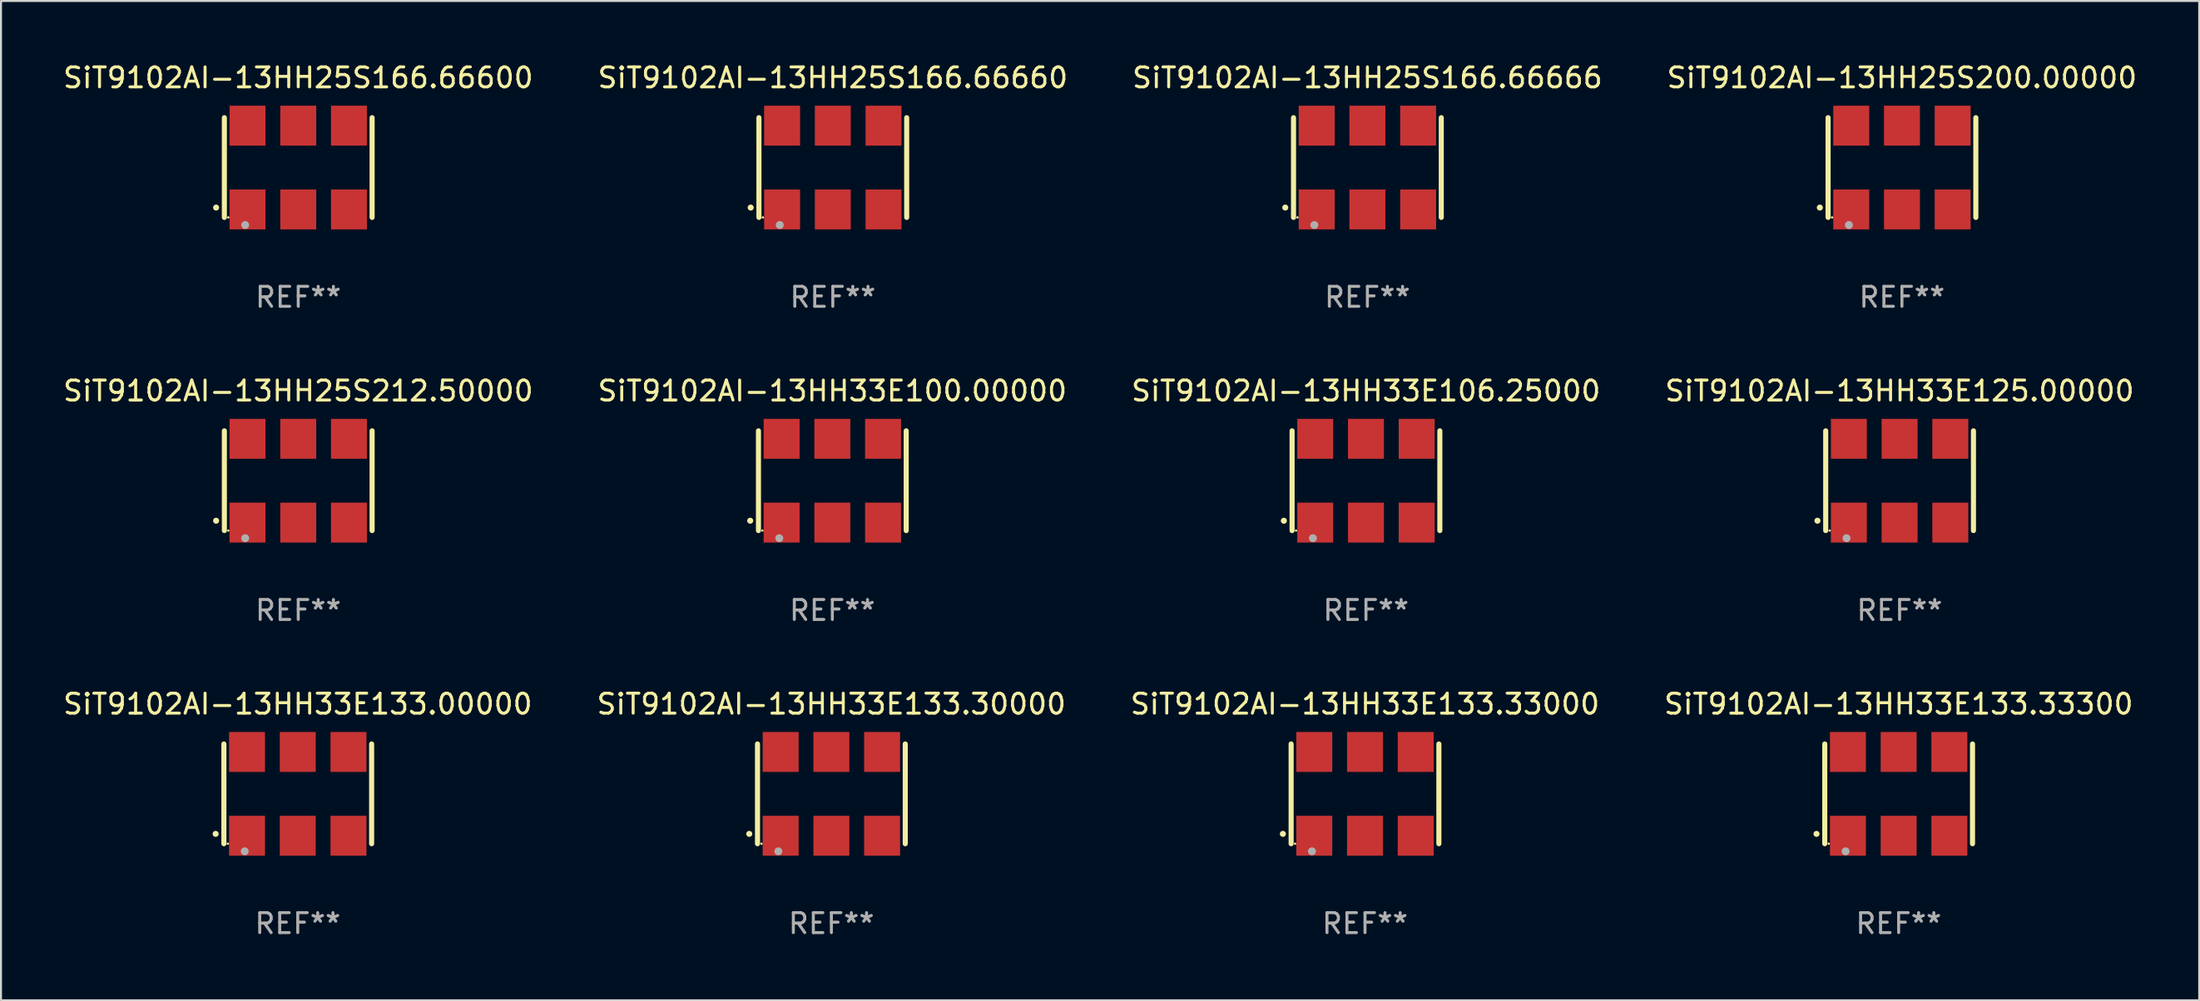
<source format=kicad_pcb>
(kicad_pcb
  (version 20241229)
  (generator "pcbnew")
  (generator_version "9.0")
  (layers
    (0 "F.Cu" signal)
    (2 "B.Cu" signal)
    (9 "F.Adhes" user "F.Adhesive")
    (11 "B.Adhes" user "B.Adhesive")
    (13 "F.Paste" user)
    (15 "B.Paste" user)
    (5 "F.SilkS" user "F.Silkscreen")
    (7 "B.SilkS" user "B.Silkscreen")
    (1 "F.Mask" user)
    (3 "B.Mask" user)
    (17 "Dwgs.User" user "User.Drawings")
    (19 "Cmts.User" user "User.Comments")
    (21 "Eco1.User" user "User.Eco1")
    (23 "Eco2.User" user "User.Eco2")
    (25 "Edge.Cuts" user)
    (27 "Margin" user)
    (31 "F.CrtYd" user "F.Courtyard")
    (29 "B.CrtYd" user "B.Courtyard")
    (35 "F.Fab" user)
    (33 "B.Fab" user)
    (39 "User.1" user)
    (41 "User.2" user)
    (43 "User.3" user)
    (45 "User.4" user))
  (footprint "SiT9102AI-13HH33E106.25000"
    (layer "F.Cu")
    (at 65.363 21.045)
    (property "Reference" "SiT9102AI-13HH33E106.25000" (at 0 -4.5 0) (layer "F.SilkS") (effects (font (size 1 1) (thickness 0.15))))
    (attr through_hole)
    (fp_line (start -3.7 -2.5) (end -3.7 2.5) (stroke (width 0.254) (type solid)) (layer "F.SilkS"))
    (fp_line (start 3.7 -2.5) (end 3.7 2.5) (stroke (width 0.254) (type solid)) (layer "F.SilkS"))
    (fp_arc (start -4.114415 2.006604) (mid -4.113145 2.006599) (end -4.111875 2.006604) (stroke (width 0.3) (type solid)) (layer "F.SilkS"))
    (fp_circle (center -3.502 2.5) (end -3.472 2.5) (stroke (width 0.06) (type solid)) (fill no) (layer "F.SilkS"))
    (fp_circle (center -2.657 2.882) (end -2.557 2.882) (stroke (width 0.2) (type solid)) (fill no) (layer "F.Fab"))
    (fp_text user "REF**" (at 0 6.5 0) (layer "F.Fab") (effects (font (size 1 1) (thickness 0.15))))
    (pad "1" smd rect (at -2.54 2.1) (size 1.8 2) (layers "F.Cu" "F.Mask" "F.Paste"))
    (pad "2" smd rect (at 0.000394 2.1) (size 1.8 2) (layers "F.Cu" "F.Mask" "F.Paste"))
    (pad "3" smd rect (at 2.54 2.1) (size 1.8 2) (layers "F.Cu" "F.Mask" "F.Paste"))
    (pad "4" smd rect (at 2.54 -2.1) (size 1.8 2) (layers "F.Cu" "F.Mask" "F.Paste"))
    (pad "5" smd rect (at 0.000394 -2.1) (size 1.8 2) (layers "F.Cu" "F.Mask" "F.Paste"))
    (pad "6" smd rect (at -2.54 -2.1) (size 1.8 2) (layers "F.Cu" "F.Mask" "F.Paste")))
  (footprint "SiT9102AI-13HH33E125.00000"
    (layer "F.Cu")
    (at 92.089 21.045)
    (property "Reference" "SiT9102AI-13HH33E125.00000" (at 0 -4.5 0) (layer "F.SilkS") (effects (font (size 1 1) (thickness 0.15))))
    (attr through_hole)
    (fp_line (start -3.7 -2.5) (end -3.7 2.5) (stroke (width 0.254) (type solid)) (layer "F.SilkS"))
    (fp_line (start 3.7 -2.5) (end 3.7 2.5) (stroke (width 0.254) (type solid)) (layer "F.SilkS"))
    (fp_arc (start -4.114415 2.006604) (mid -4.113145 2.006599) (end -4.111875 2.006604) (stroke (width 0.3) (type solid)) (layer "F.SilkS"))
    (fp_circle (center -3.502 2.5) (end -3.472 2.5) (stroke (width 0.06) (type solid)) (fill no) (layer "F.SilkS"))
    (fp_circle (center -2.657 2.882) (end -2.557 2.882) (stroke (width 0.2) (type solid)) (fill no) (layer "F.Fab"))
    (fp_text user "REF**" (at 0 6.5 0) (layer "F.Fab") (effects (font (size 1 1) (thickness 0.15))))
    (pad "1" smd rect (at -2.54 2.1) (size 1.8 2) (layers "F.Cu" "F.Mask" "F.Paste"))
    (pad "2" smd rect (at 0.000394 2.1) (size 1.8 2) (layers "F.Cu" "F.Mask" "F.Paste"))
    (pad "3" smd rect (at 2.54 2.1) (size 1.8 2) (layers "F.Cu" "F.Mask" "F.Paste"))
    (pad "4" smd rect (at 2.54 -2.1) (size 1.8 2) (layers "F.Cu" "F.Mask" "F.Paste"))
    (pad "5" smd rect (at 0.000394 -2.1) (size 1.8 2) (layers "F.Cu" "F.Mask" "F.Paste"))
    (pad "6" smd rect (at -2.54 -2.1) (size 1.8 2) (layers "F.Cu" "F.Mask" "F.Paste")))
  (footprint "SiT9102AI-13HH25S166.66660"
    (layer "F.Cu")
    (at 38.661 5.348)
    (property "Reference" "SiT9102AI-13HH25S166.66660" (at 0 -4.5 0) (layer "F.SilkS") (effects (font (size 1 1) (thickness 0.15))))
    (attr through_hole)
    (fp_line (start -3.7 -2.5) (end -3.7 2.5) (stroke (width 0.254) (type solid)) (layer "F.SilkS"))
    (fp_line (start 3.7 -2.5) (end 3.7 2.5) (stroke (width 0.254) (type solid)) (layer "F.SilkS"))
    (fp_arc (start -4.114415 2.006604) (mid -4.113145 2.006599) (end -4.111875 2.006604) (stroke (width 0.3) (type solid)) (layer "F.SilkS"))
    (fp_circle (center -3.502 2.5) (end -3.472 2.5) (stroke (width 0.06) (type solid)) (fill no) (layer "F.SilkS"))
    (fp_circle (center -2.657 2.882) (end -2.557 2.882) (stroke (width 0.2) (type solid)) (fill no) (layer "F.Fab"))
    (fp_text user "REF**" (at 0 6.5 0) (layer "F.Fab") (effects (font (size 1 1) (thickness 0.15))))
    (pad "1" smd rect (at -2.54 2.1) (size 1.8 2) (layers "F.Cu" "F.Mask" "F.Paste"))
    (pad "2" smd rect (at 0.000394 2.1) (size 1.8 2) (layers "F.Cu" "F.Mask" "F.Paste"))
    (pad "3" smd rect (at 2.54 2.1) (size 1.8 2) (layers "F.Cu" "F.Mask" "F.Paste"))
    (pad "4" smd rect (at 2.54 -2.1) (size 1.8 2) (layers "F.Cu" "F.Mask" "F.Paste"))
    (pad "5" smd rect (at 0.000394 -2.1) (size 1.8 2) (layers "F.Cu" "F.Mask" "F.Paste"))
    (pad "6" smd rect (at -2.54 -2.1) (size 1.8 2) (layers "F.Cu" "F.Mask" "F.Paste")))
  (footprint "SiT9102AI-13HH33E133.00000"
    (layer "F.Cu")
    (at 11.863 36.741)
    (property "Reference" "SiT9102AI-13HH33E133.00000" (at 0 -4.5 0) (layer "F.SilkS") (effects (font (size 1 1) (thickness 0.15))))
    (attr through_hole)
    (fp_line (start -3.7 -2.5) (end -3.7 2.5) (stroke (width 0.254) (type solid)) (layer "F.SilkS"))
    (fp_line (start 3.7 -2.5) (end 3.7 2.5) (stroke (width 0.254) (type solid)) (layer "F.SilkS"))
    (fp_arc (start -4.114415 2.006604) (mid -4.113145 2.006599) (end -4.111875 2.006604) (stroke (width 0.3) (type solid)) (layer "F.SilkS"))
    (fp_circle (center -3.502 2.5) (end -3.472 2.5) (stroke (width 0.06) (type solid)) (fill no) (layer "F.SilkS"))
    (fp_circle (center -2.657 2.882) (end -2.557 2.882) (stroke (width 0.2) (type solid)) (fill no) (layer "F.Fab"))
    (fp_text user "REF**" (at 0 6.5 0) (layer "F.Fab") (effects (font (size 1 1) (thickness 0.15))))
    (pad "1" smd rect (at -2.54 2.1) (size 1.8 2) (layers "F.Cu" "F.Mask" "F.Paste"))
    (pad "2" smd rect (at 0.000394 2.1) (size 1.8 2) (layers "F.Cu" "F.Mask" "F.Paste"))
    (pad "3" smd rect (at 2.54 2.1) (size 1.8 2) (layers "F.Cu" "F.Mask" "F.Paste"))
    (pad "4" smd rect (at 2.54 -2.1) (size 1.8 2) (layers "F.Cu" "F.Mask" "F.Paste"))
    (pad "5" smd rect (at 0.000394 -2.1) (size 1.8 2) (layers "F.Cu" "F.Mask" "F.Paste"))
    (pad "6" smd rect (at -2.54 -2.1) (size 1.8 2) (layers "F.Cu" "F.Mask" "F.Paste")))
  (footprint "SiT9102AI-13HH33E100.00000"
    (layer "F.Cu")
    (at 38.637 21.045)
    (property "Reference" "SiT9102AI-13HH33E100.00000" (at 0 -4.5 0) (layer "F.SilkS") (effects (font (size 1 1) (thickness 0.15))))
    (attr through_hole)
    (fp_line (start -3.7 -2.5) (end -3.7 2.5) (stroke (width 0.254) (type solid)) (layer "F.SilkS"))
    (fp_line (start 3.7 -2.5) (end 3.7 2.5) (stroke (width 0.254) (type solid)) (layer "F.SilkS"))
    (fp_arc (start -4.114415 2.006604) (mid -4.113145 2.006599) (end -4.111875 2.006604) (stroke (width 0.3) (type solid)) (layer "F.SilkS"))
    (fp_circle (center -3.502 2.5) (end -3.472 2.5) (stroke (width 0.06) (type solid)) (fill no) (layer "F.SilkS"))
    (fp_circle (center -2.657 2.882) (end -2.557 2.882) (stroke (width 0.2) (type solid)) (fill no) (layer "F.Fab"))
    (fp_text user "REF**" (at 0 6.5 0) (layer "F.Fab") (effects (font (size 1 1) (thickness 0.15))))
    (pad "1" smd rect (at -2.54 2.1) (size 1.8 2) (layers "F.Cu" "F.Mask" "F.Paste"))
    (pad "2" smd rect (at 0.000394 2.1) (size 1.8 2) (layers "F.Cu" "F.Mask" "F.Paste"))
    (pad "3" smd rect (at 2.54 2.1) (size 1.8 2) (layers "F.Cu" "F.Mask" "F.Paste"))
    (pad "4" smd rect (at 2.54 -2.1) (size 1.8 2) (layers "F.Cu" "F.Mask" "F.Paste"))
    (pad "5" smd rect (at 0.000394 -2.1) (size 1.8 2) (layers "F.Cu" "F.Mask" "F.Paste"))
    (pad "6" smd rect (at -2.54 -2.1) (size 1.8 2) (layers "F.Cu" "F.Mask" "F.Paste")))
  (footprint "SiT9102AI-13HH33E133.33300"
    (layer "F.Cu")
    (at 92.042 36.741)
    (property "Reference" "SiT9102AI-13HH33E133.33300" (at 0 -4.5 0) (layer "F.SilkS") (effects (font (size 1 1) (thickness 0.15))))
    (attr through_hole)
    (fp_line (start -3.7 -2.5) (end -3.7 2.5) (stroke (width 0.254) (type solid)) (layer "F.SilkS"))
    (fp_line (start 3.7 -2.5) (end 3.7 2.5) (stroke (width 0.254) (type solid)) (layer "F.SilkS"))
    (fp_arc (start -4.114415 2.006604) (mid -4.113145 2.006599) (end -4.111875 2.006604) (stroke (width 0.3) (type solid)) (layer "F.SilkS"))
    (fp_circle (center -3.502 2.5) (end -3.472 2.5) (stroke (width 0.06) (type solid)) (fill no) (layer "F.SilkS"))
    (fp_circle (center -2.657 2.882) (end -2.557 2.882) (stroke (width 0.2) (type solid)) (fill no) (layer "F.Fab"))
    (fp_text user "REF**" (at 0 6.5 0) (layer "F.Fab") (effects (font (size 1 1) (thickness 0.15))))
    (pad "1" smd rect (at -2.54 2.1) (size 1.8 2) (layers "F.Cu" "F.Mask" "F.Paste"))
    (pad "2" smd rect (at 0.000394 2.1) (size 1.8 2) (layers "F.Cu" "F.Mask" "F.Paste"))
    (pad "3" smd rect (at 2.54 2.1) (size 1.8 2) (layers "F.Cu" "F.Mask" "F.Paste"))
    (pad "4" smd rect (at 2.54 -2.1) (size 1.8 2) (layers "F.Cu" "F.Mask" "F.Paste"))
    (pad "5" smd rect (at 0.000394 -2.1) (size 1.8 2) (layers "F.Cu" "F.Mask" "F.Paste"))
    (pad "6" smd rect (at -2.54 -2.1) (size 1.8 2) (layers "F.Cu" "F.Mask" "F.Paste")))
  (footprint "SiT9102AI-13HH25S200.00000"
    (layer "F.Cu")
    (at 92.208 5.348)
    (property "Reference" "SiT9102AI-13HH25S200.00000" (at 0 -4.5 0) (layer "F.SilkS") (effects (font (size 1 1) (thickness 0.15))))
    (attr through_hole)
    (fp_line (start -3.7 -2.5) (end -3.7 2.5) (stroke (width 0.254) (type solid)) (layer "F.SilkS"))
    (fp_line (start 3.7 -2.5) (end 3.7 2.5) (stroke (width 0.254) (type solid)) (layer "F.SilkS"))
    (fp_arc (start -4.114415 2.006604) (mid -4.113145 2.006599) (end -4.111875 2.006604) (stroke (width 0.3) (type solid)) (layer "F.SilkS"))
    (fp_circle (center -3.502 2.5) (end -3.472 2.5) (stroke (width 0.06) (type solid)) (fill no) (layer "F.SilkS"))
    (fp_circle (center -2.657 2.882) (end -2.557 2.882) (stroke (width 0.2) (type solid)) (fill no) (layer "F.Fab"))
    (fp_text user "REF**" (at 0 6.5 0) (layer "F.Fab") (effects (font (size 1 1) (thickness 0.15))))
    (pad "1" smd rect (at -2.54 2.1) (size 1.8 2) (layers "F.Cu" "F.Mask" "F.Paste"))
    (pad "2" smd rect (at 0.000394 2.1) (size 1.8 2) (layers "F.Cu" "F.Mask" "F.Paste"))
    (pad "3" smd rect (at 2.54 2.1) (size 1.8 2) (layers "F.Cu" "F.Mask" "F.Paste"))
    (pad "4" smd rect (at 2.54 -2.1) (size 1.8 2) (layers "F.Cu" "F.Mask" "F.Paste"))
    (pad "5" smd rect (at 0.000394 -2.1) (size 1.8 2) (layers "F.Cu" "F.Mask" "F.Paste"))
    (pad "6" smd rect (at -2.54 -2.1) (size 1.8 2) (layers "F.Cu" "F.Mask" "F.Paste")))
  (footprint "SiT9102AI-13HH25S166.66666"
    (layer "F.Cu")
    (at 65.435 5.348)
    (property "Reference" "SiT9102AI-13HH25S166.66666" (at 0 -4.5 0) (layer "F.SilkS") (effects (font (size 1 1) (thickness 0.15))))
    (attr through_hole)
    (fp_line (start -3.7 -2.5) (end -3.7 2.5) (stroke (width 0.254) (type solid)) (layer "F.SilkS"))
    (fp_line (start 3.7 -2.5) (end 3.7 2.5) (stroke (width 0.254) (type solid)) (layer "F.SilkS"))
    (fp_arc (start -4.114415 2.006604) (mid -4.113145 2.006599) (end -4.111875 2.006604) (stroke (width 0.3) (type solid)) (layer "F.SilkS"))
    (fp_circle (center -3.502 2.5) (end -3.472 2.5) (stroke (width 0.06) (type solid)) (fill no) (layer "F.SilkS"))
    (fp_circle (center -2.657 2.882) (end -2.557 2.882) (stroke (width 0.2) (type solid)) (fill no) (layer "F.Fab"))
    (fp_text user "REF**" (at 0 6.5 0) (layer "F.Fab") (effects (font (size 1 1) (thickness 0.15))))
    (pad "1" smd rect (at -2.54 2.1) (size 1.8 2) (layers "F.Cu" "F.Mask" "F.Paste"))
    (pad "2" smd rect (at 0.000394 2.1) (size 1.8 2) (layers "F.Cu" "F.Mask" "F.Paste"))
    (pad "3" smd rect (at 2.54 2.1) (size 1.8 2) (layers "F.Cu" "F.Mask" "F.Paste"))
    (pad "4" smd rect (at 2.54 -2.1) (size 1.8 2) (layers "F.Cu" "F.Mask" "F.Paste"))
    (pad "5" smd rect (at 0.000394 -2.1) (size 1.8 2) (layers "F.Cu" "F.Mask" "F.Paste"))
    (pad "6" smd rect (at -2.54 -2.1) (size 1.8 2) (layers "F.Cu" "F.Mask" "F.Paste")))
  (footprint "SiT9102AI-13HH33E133.30000"
    (layer "F.Cu")
    (at 38.589 36.741)
    (property "Reference" "SiT9102AI-13HH33E133.30000" (at 0 -4.5 0) (layer "F.SilkS") (effects (font (size 1 1) (thickness 0.15))))
    (attr through_hole)
    (fp_line (start -3.7 -2.5) (end -3.7 2.5) (stroke (width 0.254) (type solid)) (layer "F.SilkS"))
    (fp_line (start 3.7 -2.5) (end 3.7 2.5) (stroke (width 0.254) (type solid)) (layer "F.SilkS"))
    (fp_arc (start -4.114415 2.006604) (mid -4.113145 2.006599) (end -4.111875 2.006604) (stroke (width 0.3) (type solid)) (layer "F.SilkS"))
    (fp_circle (center -3.502 2.5) (end -3.472 2.5) (stroke (width 0.06) (type solid)) (fill no) (layer "F.SilkS"))
    (fp_circle (center -2.657 2.882) (end -2.557 2.882) (stroke (width 0.2) (type solid)) (fill no) (layer "F.Fab"))
    (fp_text user "REF**" (at 0 6.5 0) (layer "F.Fab") (effects (font (size 1 1) (thickness 0.15))))
    (pad "1" smd rect (at -2.54 2.1) (size 1.8 2) (layers "F.Cu" "F.Mask" "F.Paste"))
    (pad "2" smd rect (at 0.000394 2.1) (size 1.8 2) (layers "F.Cu" "F.Mask" "F.Paste"))
    (pad "3" smd rect (at 2.54 2.1) (size 1.8 2) (layers "F.Cu" "F.Mask" "F.Paste"))
    (pad "4" smd rect (at 2.54 -2.1) (size 1.8 2) (layers "F.Cu" "F.Mask" "F.Paste"))
    (pad "5" smd rect (at 0.000394 -2.1) (size 1.8 2) (layers "F.Cu" "F.Mask" "F.Paste"))
    (pad "6" smd rect (at -2.54 -2.1) (size 1.8 2) (layers "F.Cu" "F.Mask" "F.Paste")))
  (footprint "SiT9102AI-13HH33E133.33000"
    (layer "F.Cu")
    (at 65.315 36.741)
    (property "Reference" "SiT9102AI-13HH33E133.33000" (at 0 -4.5 0) (layer "F.SilkS") (effects (font (size 1 1) (thickness 0.15))))
    (attr through_hole)
    (fp_line (start -3.7 -2.5) (end -3.7 2.5) (stroke (width 0.254) (type solid)) (layer "F.SilkS"))
    (fp_line (start 3.7 -2.5) (end 3.7 2.5) (stroke (width 0.254) (type solid)) (layer "F.SilkS"))
    (fp_arc (start -4.114415 2.006604) (mid -4.113145 2.006599) (end -4.111875 2.006604) (stroke (width 0.3) (type solid)) (layer "F.SilkS"))
    (fp_circle (center -3.502 2.5) (end -3.472 2.5) (stroke (width 0.06) (type solid)) (fill no) (layer "F.SilkS"))
    (fp_circle (center -2.657 2.882) (end -2.557 2.882) (stroke (width 0.2) (type solid)) (fill no) (layer "F.Fab"))
    (fp_text user "REF**" (at 0 6.5 0) (layer "F.Fab") (effects (font (size 1 1) (thickness 0.15))))
    (pad "1" smd rect (at -2.54 2.1) (size 1.8 2) (layers "F.Cu" "F.Mask" "F.Paste"))
    (pad "2" smd rect (at 0.000394 2.1) (size 1.8 2) (layers "F.Cu" "F.Mask" "F.Paste"))
    (pad "3" smd rect (at 2.54 2.1) (size 1.8 2) (layers "F.Cu" "F.Mask" "F.Paste"))
    (pad "4" smd rect (at 2.54 -2.1) (size 1.8 2) (layers "F.Cu" "F.Mask" "F.Paste"))
    (pad "5" smd rect (at 0.000394 -2.1) (size 1.8 2) (layers "F.Cu" "F.Mask" "F.Paste"))
    (pad "6" smd rect (at -2.54 -2.1) (size 1.8 2) (layers "F.Cu" "F.Mask" "F.Paste")))
  (footprint "SiT9102AI-13HH25S166.66600"
    (layer "F.Cu")
    (at 11.887 5.348)
    (property "Reference" "SiT9102AI-13HH25S166.66600" (at 0 -4.5 0) (layer "F.SilkS") (effects (font (size 1 1) (thickness 0.15))))
    (attr through_hole)
    (fp_line (start -3.7 -2.5) (end -3.7 2.5) (stroke (width 0.254) (type solid)) (layer "F.SilkS"))
    (fp_line (start 3.7 -2.5) (end 3.7 2.5) (stroke (width 0.254) (type solid)) (layer "F.SilkS"))
    (fp_arc (start -4.114415 2.006604) (mid -4.113145 2.006599) (end -4.111875 2.006604) (stroke (width 0.3) (type solid)) (layer "F.SilkS"))
    (fp_circle (center -3.502 2.5) (end -3.472 2.5) (stroke (width 0.06) (type solid)) (fill no) (layer "F.SilkS"))
    (fp_circle (center -2.657 2.882) (end -2.557 2.882) (stroke (width 0.2) (type solid)) (fill no) (layer "F.Fab"))
    (fp_text user "REF**" (at 0 6.5 0) (layer "F.Fab") (effects (font (size 1 1) (thickness 0.15))))
    (pad "1" smd rect (at -2.54 2.1) (size 1.8 2) (layers "F.Cu" "F.Mask" "F.Paste"))
    (pad "2" smd rect (at 0.000394 2.1) (size 1.8 2) (layers "F.Cu" "F.Mask" "F.Paste"))
    (pad "3" smd rect (at 2.54 2.1) (size 1.8 2) (layers "F.Cu" "F.Mask" "F.Paste"))
    (pad "4" smd rect (at 2.54 -2.1) (size 1.8 2) (layers "F.Cu" "F.Mask" "F.Paste"))
    (pad "5" smd rect (at 0.000394 -2.1) (size 1.8 2) (layers "F.Cu" "F.Mask" "F.Paste"))
    (pad "6" smd rect (at -2.54 -2.1) (size 1.8 2) (layers "F.Cu" "F.Mask" "F.Paste")))
  (footprint "SiT9102AI-13HH25S212.50000"
    (layer "F.Cu")
    (at 11.887 21.045)
    (property "Reference" "SiT9102AI-13HH25S212.50000" (at 0 -4.5 0) (layer "F.SilkS") (effects (font (size 1 1) (thickness 0.15))))
    (attr through_hole)
    (fp_line (start -3.7 -2.5) (end -3.7 2.5) (stroke (width 0.254) (type solid)) (layer "F.SilkS"))
    (fp_line (start 3.7 -2.5) (end 3.7 2.5) (stroke (width 0.254) (type solid)) (layer "F.SilkS"))
    (fp_arc (start -4.114415 2.006604) (mid -4.113145 2.006599) (end -4.111875 2.006604) (stroke (width 0.3) (type solid)) (layer "F.SilkS"))
    (fp_circle (center -3.502 2.5) (end -3.472 2.5) (stroke (width 0.06) (type solid)) (fill no) (layer "F.SilkS"))
    (fp_circle (center -2.657 2.882) (end -2.557 2.882) (stroke (width 0.2) (type solid)) (fill no) (layer "F.Fab"))
    (fp_text user "REF**" (at 0 6.5 0) (layer "F.Fab") (effects (font (size 1 1) (thickness 0.15))))
    (pad "1" smd rect (at -2.54 2.1) (size 1.8 2) (layers "F.Cu" "F.Mask" "F.Paste"))
    (pad "2" smd rect (at 0.000394 2.1) (size 1.8 2) (layers "F.Cu" "F.Mask" "F.Paste"))
    (pad "3" smd rect (at 2.54 2.1) (size 1.8 2) (layers "F.Cu" "F.Mask" "F.Paste"))
    (pad "4" smd rect (at 2.54 -2.1) (size 1.8 2) (layers "F.Cu" "F.Mask" "F.Paste"))
    (pad "5" smd rect (at 0.000394 -2.1) (size 1.8 2) (layers "F.Cu" "F.Mask" "F.Paste"))
    (pad "6" smd rect (at -2.54 -2.1) (size 1.8 2) (layers "F.Cu" "F.Mask" "F.Paste")))
  (gr_rect
    (start -3 -3)
    (end 107.095 47.09)
    (stroke (width 0.1) (type default))
    (fill no)
    (layer "Edge.Cuts")))
</source>
